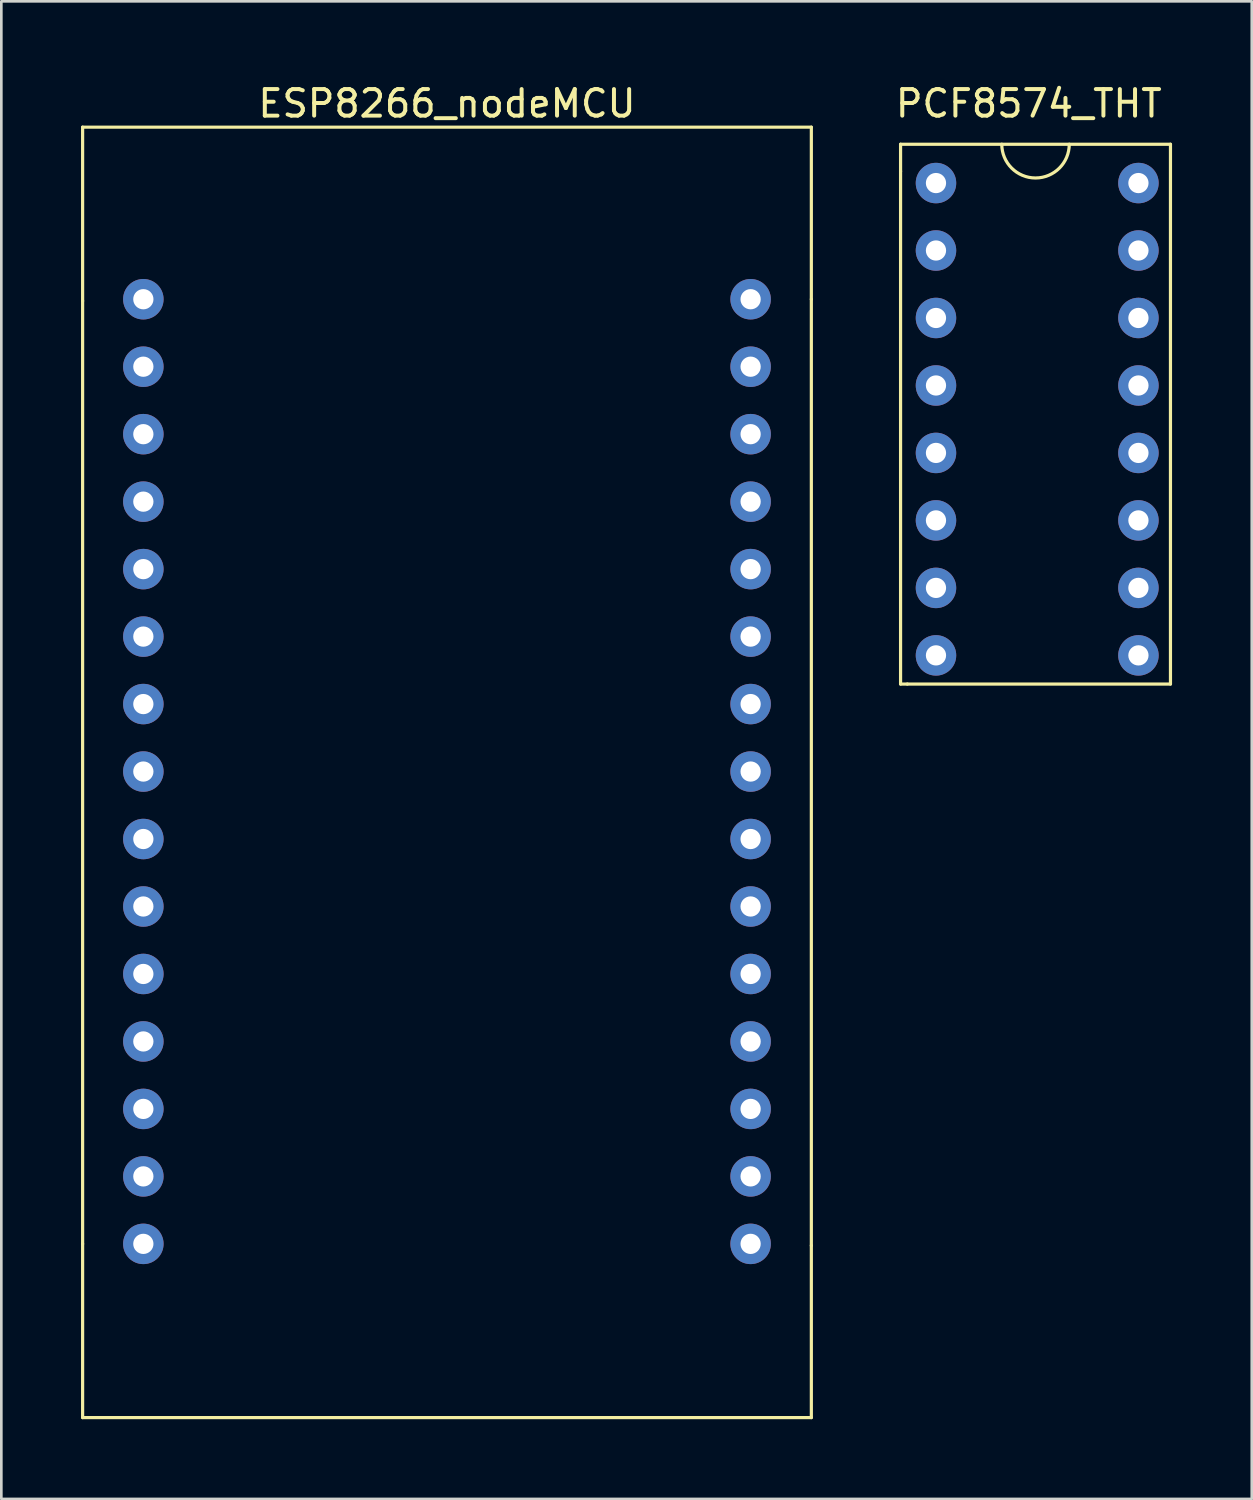
<source format=kicad_pcb>
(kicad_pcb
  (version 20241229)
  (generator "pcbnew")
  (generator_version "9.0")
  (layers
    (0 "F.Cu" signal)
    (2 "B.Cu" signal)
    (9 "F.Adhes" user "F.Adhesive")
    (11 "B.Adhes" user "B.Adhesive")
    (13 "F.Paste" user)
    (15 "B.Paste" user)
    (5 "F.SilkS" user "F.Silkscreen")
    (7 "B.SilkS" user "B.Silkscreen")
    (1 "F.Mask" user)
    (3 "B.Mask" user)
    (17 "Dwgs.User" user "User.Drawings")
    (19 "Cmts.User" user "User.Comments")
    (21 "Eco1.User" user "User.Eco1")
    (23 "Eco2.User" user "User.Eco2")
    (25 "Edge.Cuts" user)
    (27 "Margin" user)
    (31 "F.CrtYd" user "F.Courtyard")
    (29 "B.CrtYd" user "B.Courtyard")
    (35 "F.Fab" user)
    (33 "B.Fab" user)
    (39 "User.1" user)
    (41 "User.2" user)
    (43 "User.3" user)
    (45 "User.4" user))
  (footprint "ESP8266_nodeMCU"
    (layer "F.Cu")
    (at 13.776 8.214)
    (property "Reference" "ESP8266_nodeMCU" (at 0 -7.366 0) (layer "F.SilkS") (effects (font (size 1 1) (thickness 0.15))))
    (attr through_hole)
    (fp_line (start -13.716 0.064) (end -13.716 -6.477) (stroke (width 0.12) (type solid)) (layer "F.SilkS"))
    (fp_line (start -13.716 35.56) (end -13.716 0.064) (stroke (width 0.12) (type solid)) (layer "F.SilkS"))
    (fp_line (start -13.716 35.56) (end -13.716 42.1) (stroke (width 0.12) (type solid)) (layer "F.SilkS"))
    (fp_line (start 13.716 -6.477) (end -13.716 -6.477) (stroke (width 0.12) (type solid)) (layer "F.SilkS"))
    (fp_line (start 13.716 0) (end 13.716 -6.477) (stroke (width 0.12) (type solid)) (layer "F.SilkS"))
    (fp_line (start 13.716 35.623) (end 13.716 0) (stroke (width 0.12) (type solid)) (layer "F.SilkS"))
    (fp_line (start 13.716 35.623) (end 13.716 42.1) (stroke (width 0.12) (type solid)) (layer "F.SilkS"))
    (fp_line (start 13.716 42.1) (end -13.716 42.1) (stroke (width 0.12) (type solid)) (layer "F.SilkS"))
    (pad "1" thru_hole circle (at -11.43 0) (size 1.524 1.524) (drill 0.762) (layers "*.Cu" "*.Mask"))
    (pad "2" thru_hole circle (at 11.43 0) (size 1.524 1.524) (drill 0.762) (layers "*.Cu" "*.Mask"))
    (pad "3" thru_hole circle (at -11.43 2.54) (size 1.524 1.524) (drill 0.762) (layers "*.Cu" "*.Mask"))
    (pad "4" thru_hole circle (at 11.43 2.54) (size 1.524 1.524) (drill 0.762) (layers "*.Cu" "*.Mask"))
    (pad "5" thru_hole circle (at -11.43 5.08) (size 1.524 1.524) (drill 0.762) (layers "*.Cu" "*.Mask"))
    (pad "6" thru_hole circle (at 11.43 5.08) (size 1.524 1.524) (drill 0.762) (layers "*.Cu" "*.Mask"))
    (pad "7" thru_hole circle (at -11.43 7.62) (size 1.524 1.524) (drill 0.762) (layers "*.Cu" "*.Mask"))
    (pad "8" thru_hole circle (at 11.43 7.62) (size 1.524 1.524) (drill 0.762) (layers "*.Cu" "*.Mask"))
    (pad "9" thru_hole circle (at -11.43 10.16) (size 1.524 1.524) (drill 0.762) (layers "*.Cu" "*.Mask"))
    (pad "10" thru_hole circle (at 11.43 10.16) (size 1.524 1.524) (drill 0.762) (layers "*.Cu" "*.Mask"))
    (pad "11" thru_hole circle (at -11.43 12.7) (size 1.524 1.524) (drill 0.762) (layers "*.Cu" "*.Mask"))
    (pad "12" thru_hole circle (at 11.43 12.7) (size 1.524 1.524) (drill 0.762) (layers "*.Cu" "*.Mask"))
    (pad "13" thru_hole circle (at -11.43 15.24) (size 1.524 1.524) (drill 0.762) (layers "*.Cu" "*.Mask"))
    (pad "14" thru_hole circle (at 11.43 15.24) (size 1.524 1.524) (drill 0.762) (layers "*.Cu" "*.Mask"))
    (pad "15" thru_hole circle (at -11.43 17.78) (size 1.524 1.524) (drill 0.762) (layers "*.Cu" "*.Mask"))
    (pad "16" thru_hole circle (at 11.43 17.78) (size 1.524 1.524) (drill 0.762) (layers "*.Cu" "*.Mask"))
    (pad "17" thru_hole circle (at -11.43 20.32) (size 1.524 1.524) (drill 0.762) (layers "*.Cu" "*.Mask"))
    (pad "18" thru_hole circle (at 11.43 20.32) (size 1.524 1.524) (drill 0.762) (layers "*.Cu" "*.Mask"))
    (pad "19" thru_hole circle (at -11.43 22.86) (size 1.524 1.524) (drill 0.762) (layers "*.Cu" "*.Mask"))
    (pad "20" thru_hole circle (at 11.43 22.86) (size 1.524 1.524) (drill 0.762) (layers "*.Cu" "*.Mask"))
    (pad "21" thru_hole circle (at -11.43 25.4) (size 1.524 1.524) (drill 0.762) (layers "*.Cu" "*.Mask"))
    (pad "22" thru_hole circle (at 11.43 25.4) (size 1.524 1.524) (drill 0.762) (layers "*.Cu" "*.Mask"))
    (pad "23" thru_hole circle (at -11.43 27.94) (size 1.524 1.524) (drill 0.762) (layers "*.Cu" "*.Mask"))
    (pad "24" thru_hole circle (at 11.43 27.94) (size 1.524 1.524) (drill 0.762) (layers "*.Cu" "*.Mask"))
    (pad "25" thru_hole circle (at -11.43 30.48) (size 1.524 1.524) (drill 0.762) (layers "*.Cu" "*.Mask"))
    (pad "26" thru_hole circle (at 11.43 30.48) (size 1.524 1.524) (drill 0.762) (layers "*.Cu" "*.Mask"))
    (pad "27" thru_hole circle (at -11.43 33.02) (size 1.524 1.524) (drill 0.762) (layers "*.Cu" "*.Mask"))
    (pad "28" thru_hole circle (at 11.43 33.02) (size 1.524 1.524) (drill 0.762) (layers "*.Cu" "*.Mask"))
    (pad "29" thru_hole circle (at -11.43 35.56) (size 1.524 1.524) (drill 0.762) (layers "*.Cu" "*.Mask"))
    (pad "30" thru_hole circle (at 11.43 35.56) (size 1.524 1.524) (drill 0.762) (layers "*.Cu" "*.Mask")))
  (footprint "PCF8574_THT"
    (layer "F.Cu")
    (at 35.677 0.348)
    (property "Reference" "PCF8574_THT" (at 0 0.5 0) (layer "F.SilkS") (effects (font (size 1 1) (thickness 0.15))))
    (attr through_hole)
    (fp_line (start -4.826 2.032) (end 5.334 2.032) (stroke (width 0.12) (type solid)) (layer "F.SilkS"))
    (fp_line (start -4.826 3.048) (end -4.826 2.032) (stroke (width 0.12) (type solid)) (layer "F.SilkS"))
    (fp_line (start -4.826 3.048) (end -4.826 22.352) (stroke (width 0.12) (type solid)) (layer "F.SilkS"))
    (fp_line (start -4.826 22.352) (end -4.572 22.352) (stroke (width 0.12) (type solid)) (layer "F.SilkS"))
    (fp_line (start 5.334 2.032) (end 5.334 22.352) (stroke (width 0.12) (type solid)) (layer "F.SilkS"))
    (fp_line (start 5.334 22.352) (end -4.572 22.352) (stroke (width 0.12) (type solid)) (layer "F.SilkS"))
    (fp_arc (start 1.524 2.032) (mid 0.254 3.302) (end -1.016 2.032) (stroke (width 0.12) (type solid)) (layer "F.SilkS"))
    (pad "1" thru_hole circle (at -3.493 3.493) (size 1.524 1.524) (drill 0.762) (layers "*.Cu" "*.Mask"))
    (pad "2" thru_hole circle (at 4.128 3.493) (size 1.524 1.524) (drill 0.762) (layers "*.Cu" "*.Mask"))
    (pad "3" thru_hole circle (at -3.493 6.032) (size 1.524 1.524) (drill 0.762) (layers "*.Cu" "*.Mask"))
    (pad "4" thru_hole circle (at 4.128 6.032) (size 1.524 1.524) (drill 0.762) (layers "*.Cu" "*.Mask"))
    (pad "5" thru_hole circle (at -3.493 8.572) (size 1.524 1.524) (drill 0.762) (layers "*.Cu" "*.Mask"))
    (pad "6" thru_hole circle (at 4.128 8.572) (size 1.524 1.524) (drill 0.762) (layers "*.Cu" "*.Mask"))
    (pad "7" thru_hole circle (at -3.493 11.113) (size 1.524 1.524) (drill 0.762) (layers "*.Cu" "*.Mask"))
    (pad "8" thru_hole circle (at 4.128 11.113) (size 1.524 1.524) (drill 0.762) (layers "*.Cu" "*.Mask"))
    (pad "9" thru_hole circle (at -3.493 13.652) (size 1.524 1.524) (drill 0.762) (layers "*.Cu" "*.Mask"))
    (pad "10" thru_hole circle (at 4.128 13.652) (size 1.524 1.524) (drill 0.762) (layers "*.Cu" "*.Mask"))
    (pad "11" thru_hole circle (at -3.493 16.192) (size 1.524 1.524) (drill 0.762) (layers "*.Cu" "*.Mask"))
    (pad "12" thru_hole circle (at 4.128 16.192) (size 1.524 1.524) (drill 0.762) (layers "*.Cu" "*.Mask"))
    (pad "13" thru_hole circle (at -3.493 18.733) (size 1.524 1.524) (drill 0.762) (layers "*.Cu" "*.Mask"))
    (pad "14" thru_hole circle (at 4.128 18.733) (size 1.524 1.524) (drill 0.762) (layers "*.Cu" "*.Mask"))
    (pad "15" thru_hole circle (at -3.493 21.273) (size 1.524 1.524) (drill 0.762) (layers "*.Cu" "*.Mask"))
    (pad "16" thru_hole circle (at 4.128 21.273) (size 1.524 1.524) (drill 0.762) (layers "*.Cu" "*.Mask")))
  (gr_rect
    (start -3 -3)
    (end 44.071 53.375)
    (stroke (width 0.1) (type default))
    (fill no)
    (layer "Edge.Cuts")))
</source>
